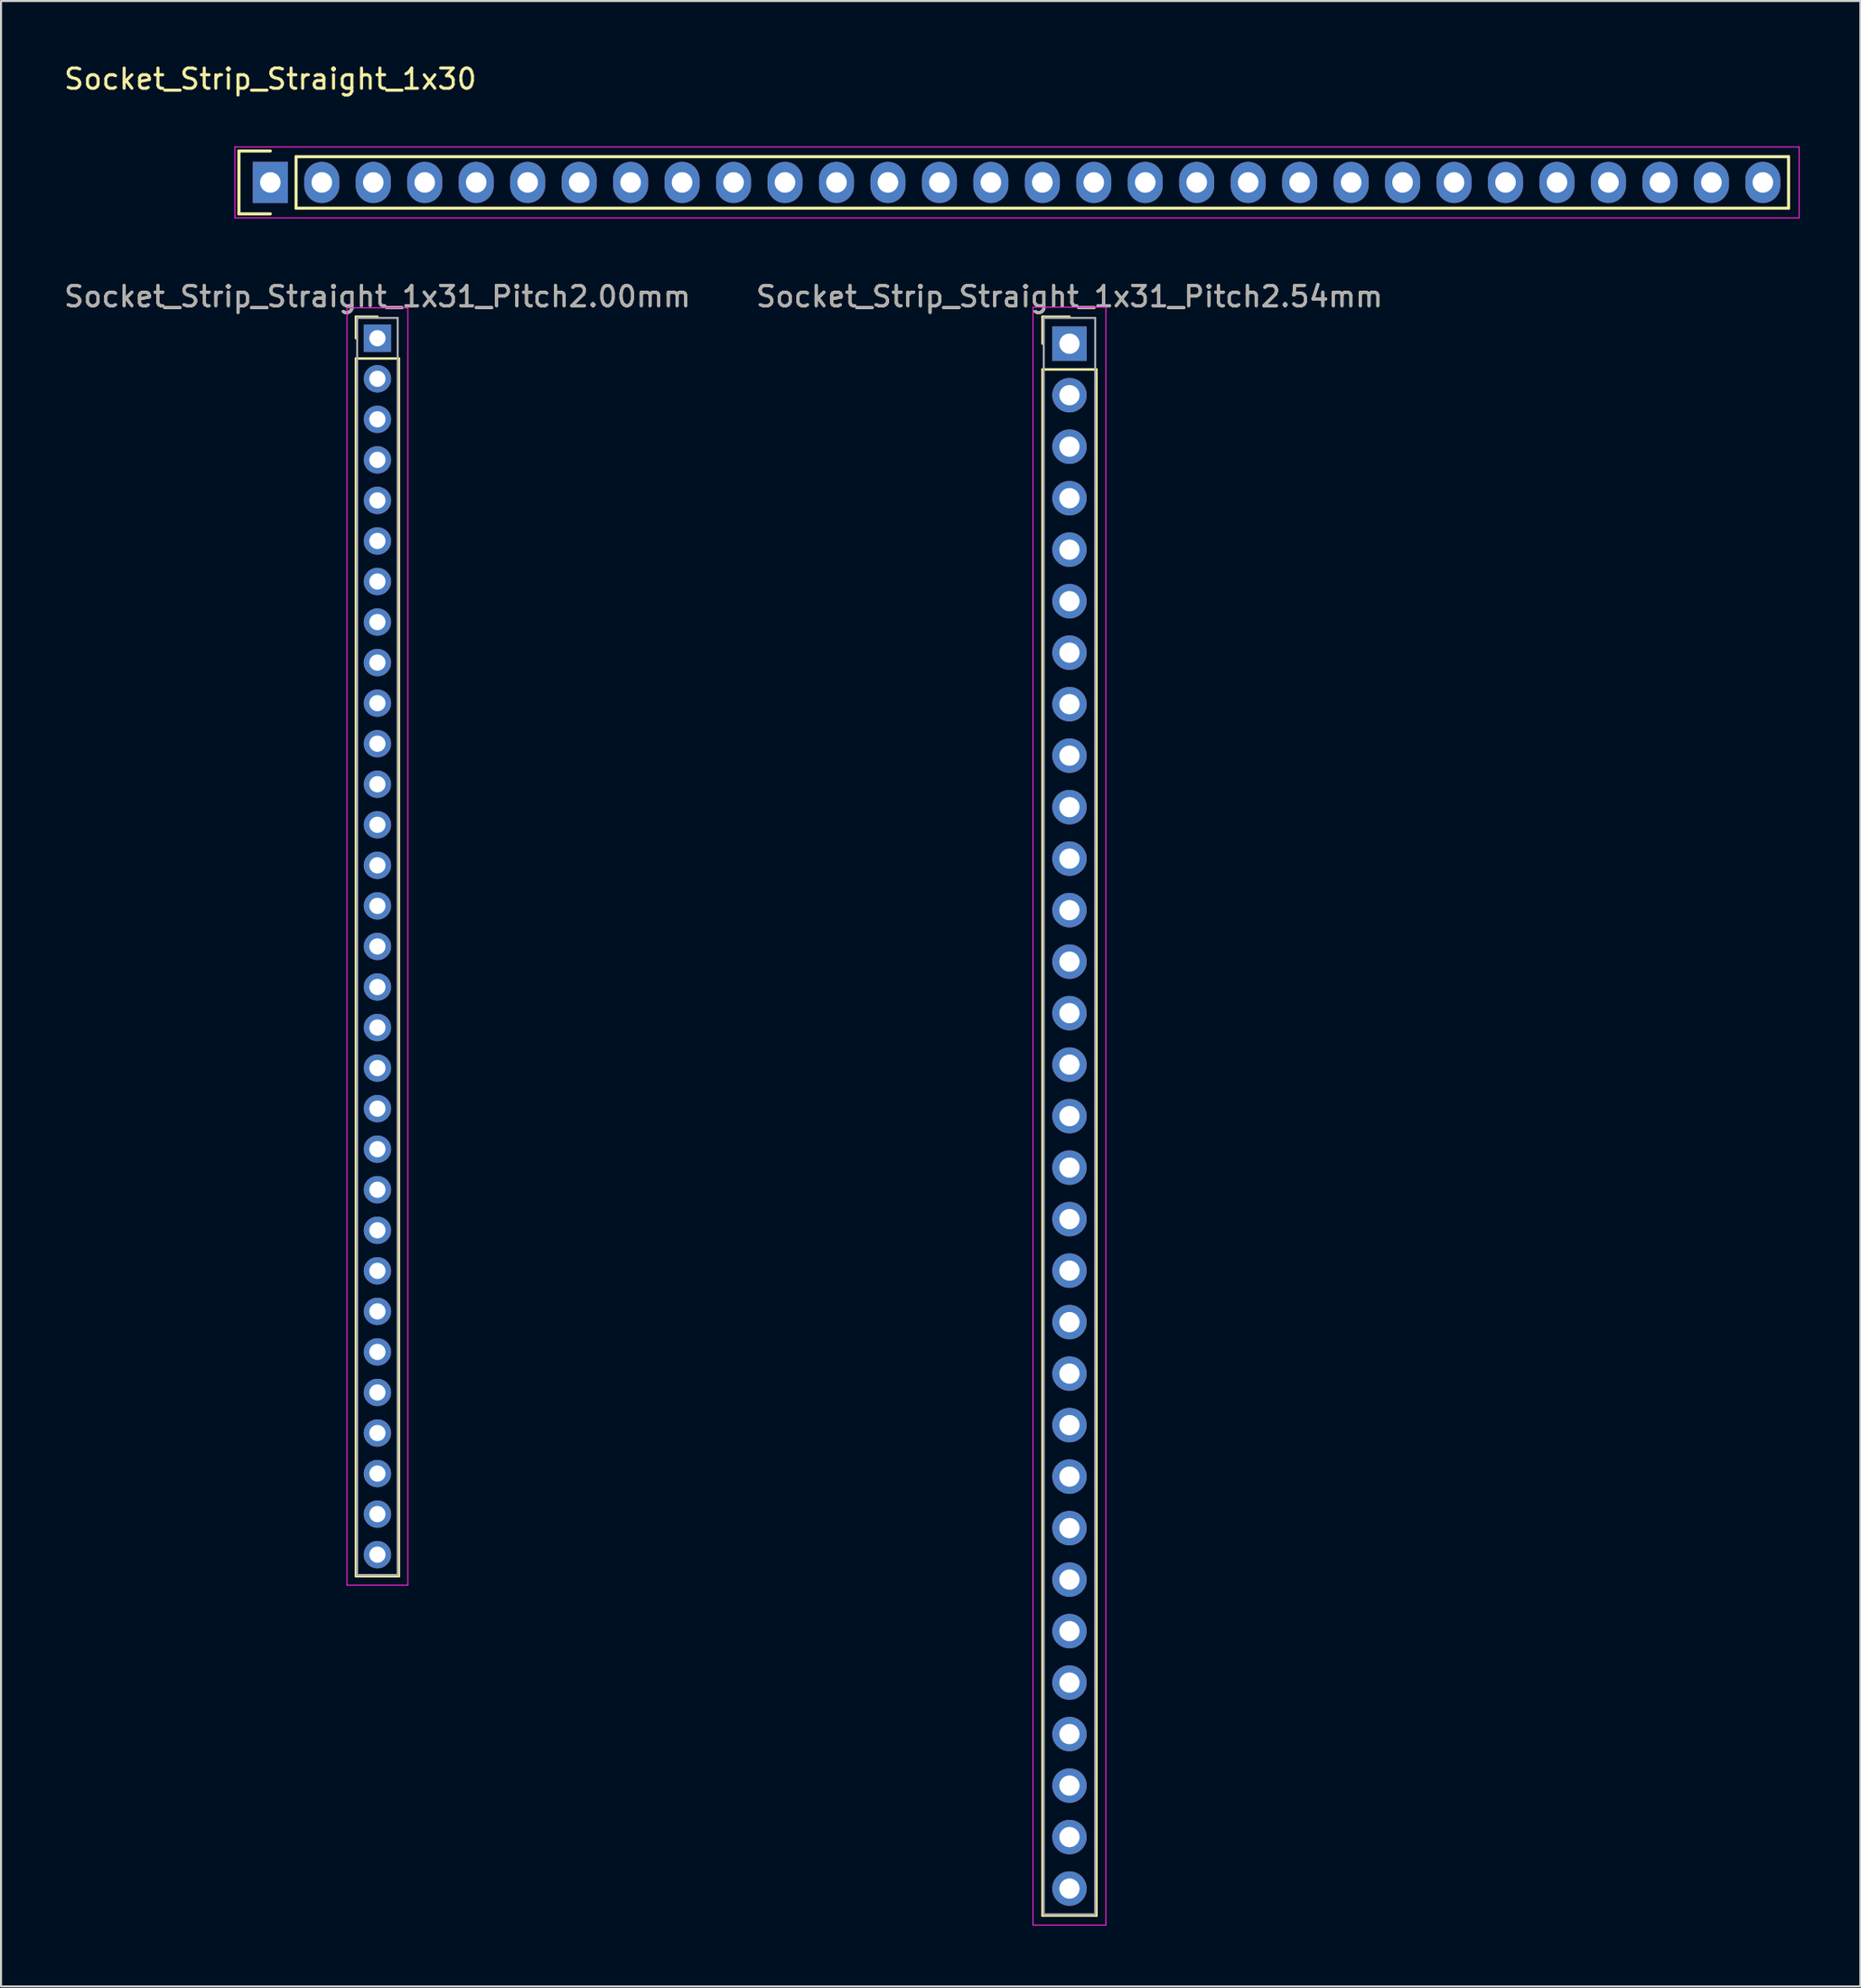
<source format=kicad_pcb>
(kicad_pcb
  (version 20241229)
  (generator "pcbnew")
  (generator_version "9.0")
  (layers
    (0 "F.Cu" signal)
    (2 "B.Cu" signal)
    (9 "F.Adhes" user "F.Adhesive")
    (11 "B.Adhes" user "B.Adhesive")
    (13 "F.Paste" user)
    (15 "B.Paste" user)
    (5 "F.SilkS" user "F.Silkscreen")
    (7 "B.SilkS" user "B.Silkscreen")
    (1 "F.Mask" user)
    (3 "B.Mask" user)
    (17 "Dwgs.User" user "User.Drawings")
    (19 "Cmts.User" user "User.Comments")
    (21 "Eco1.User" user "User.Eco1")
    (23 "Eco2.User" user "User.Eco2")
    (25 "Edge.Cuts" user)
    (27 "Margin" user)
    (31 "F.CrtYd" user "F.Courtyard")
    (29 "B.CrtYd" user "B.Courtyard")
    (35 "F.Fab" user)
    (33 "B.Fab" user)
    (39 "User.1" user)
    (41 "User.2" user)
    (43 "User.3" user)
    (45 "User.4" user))
  (footprint "Socket_Strip_Straight_1x30"
    (layer "F.Cu")
    (at 10.292 5.948)
    (property "Reference" "Socket_Strip_Straight_1x30" (at 0 -5.1 0) (layer "F.SilkS") (effects (font (size 1 1) (thickness 0.15))))
    (attr through_hole)
    (fp_line (start -1.55 -1.55) (end -1.55 1.55) (stroke (width 0.15) (type solid)) (layer "F.SilkS"))
    (fp_line (start -1.55 1.55) (end 0 1.55) (stroke (width 0.15) (type solid)) (layer "F.SilkS"))
    (fp_line (start 0 -1.55) (end -1.55 -1.55) (stroke (width 0.15) (type solid)) (layer "F.SilkS"))
    (fp_line (start 1.27 -1.27) (end 74.93 -1.27) (stroke (width 0.15) (type solid)) (layer "F.SilkS"))
    (fp_line (start 1.27 1.27) (end 1.27 -1.27) (stroke (width 0.15) (type solid)) (layer "F.SilkS"))
    (fp_line (start 74.93 -1.27) (end 74.93 1.27) (stroke (width 0.15) (type solid)) (layer "F.SilkS"))
    (fp_line (start 74.93 1.27) (end 1.27 1.27) (stroke (width 0.15) (type solid)) (layer "F.SilkS"))
    (fp_line (start -1.75 -1.75) (end -1.75 1.75) (stroke (width 0.05) (type solid)) (layer "F.CrtYd"))
    (fp_line (start -1.75 -1.75) (end 75.45 -1.75) (stroke (width 0.05) (type solid)) (layer "F.CrtYd"))
    (fp_line (start -1.75 1.75) (end 75.45 1.75) (stroke (width 0.05) (type solid)) (layer "F.CrtYd"))
    (fp_line (start 75.45 -1.75) (end 75.45 1.75) (stroke (width 0.05) (type solid)) (layer "F.CrtYd"))
    (pad "1" thru_hole rect (at 0 0) (size 1.727 2.032) (drill 1.016) (layers "*.Cu" "*.Mask"))
    (pad "2" thru_hole oval (at 2.54 0) (size 1.727 2.032) (drill 1.016) (layers "*.Cu" "*.Mask"))
    (pad "3" thru_hole oval (at 5.08 0) (size 1.727 2.032) (drill 1.016) (layers "*.Cu" "*.Mask"))
    (pad "4" thru_hole oval (at 7.62 0) (size 1.727 2.032) (drill 1.016) (layers "*.Cu" "*.Mask"))
    (pad "5" thru_hole oval (at 10.16 0) (size 1.727 2.032) (drill 1.016) (layers "*.Cu" "*.Mask"))
    (pad "6" thru_hole oval (at 12.7 0) (size 1.727 2.032) (drill 1.016) (layers "*.Cu" "*.Mask"))
    (pad "7" thru_hole oval (at 15.24 0) (size 1.727 2.032) (drill 1.016) (layers "*.Cu" "*.Mask"))
    (pad "8" thru_hole oval (at 17.78 0) (size 1.727 2.032) (drill 1.016) (layers "*.Cu" "*.Mask"))
    (pad "9" thru_hole oval (at 20.32 0) (size 1.727 2.032) (drill 1.016) (layers "*.Cu" "*.Mask"))
    (pad "10" thru_hole oval (at 22.86 0) (size 1.727 2.032) (drill 1.016) (layers "*.Cu" "*.Mask"))
    (pad "11" thru_hole oval (at 25.4 0) (size 1.727 2.032) (drill 1.016) (layers "*.Cu" "*.Mask"))
    (pad "12" thru_hole oval (at 27.94 0) (size 1.727 2.032) (drill 1.016) (layers "*.Cu" "*.Mask"))
    (pad "13" thru_hole oval (at 30.48 0) (size 1.727 2.032) (drill 1.016) (layers "*.Cu" "*.Mask"))
    (pad "14" thru_hole oval (at 33.02 0) (size 1.727 2.032) (drill 1.016) (layers "*.Cu" "*.Mask"))
    (pad "15" thru_hole oval (at 35.56 0) (size 1.727 2.032) (drill 1.016) (layers "*.Cu" "*.Mask"))
    (pad "16" thru_hole oval (at 38.1 0) (size 1.727 2.032) (drill 1.016) (layers "*.Cu" "*.Mask"))
    (pad "17" thru_hole oval (at 40.64 0) (size 1.727 2.032) (drill 1.016) (layers "*.Cu" "*.Mask"))
    (pad "18" thru_hole oval (at 43.18 0) (size 1.727 2.032) (drill 1.016) (layers "*.Cu" "*.Mask"))
    (pad "19" thru_hole oval (at 45.72 0) (size 1.727 2.032) (drill 1.016) (layers "*.Cu" "*.Mask"))
    (pad "20" thru_hole oval (at 48.26 0) (size 1.727 2.032) (drill 1.016) (layers "*.Cu" "*.Mask"))
    (pad "21" thru_hole oval (at 50.8 0) (size 1.727 2.032) (drill 1.016) (layers "*.Cu" "*.Mask"))
    (pad "22" thru_hole oval (at 53.34 0) (size 1.727 2.032) (drill 1.016) (layers "*.Cu" "*.Mask"))
    (pad "23" thru_hole oval (at 55.88 0) (size 1.727 2.032) (drill 1.016) (layers "*.Cu" "*.Mask"))
    (pad "24" thru_hole oval (at 58.42 0) (size 1.727 2.032) (drill 1.016) (layers "*.Cu" "*.Mask"))
    (pad "25" thru_hole oval (at 60.96 0) (size 1.727 2.032) (drill 1.016) (layers "*.Cu" "*.Mask"))
    (pad "26" thru_hole oval (at 63.5 0) (size 1.727 2.032) (drill 1.016) (layers "*.Cu" "*.Mask"))
    (pad "27" thru_hole oval (at 66.04 0) (size 1.727 2.032) (drill 1.016) (layers "*.Cu" "*.Mask"))
    (pad "28" thru_hole oval (at 68.58 0) (size 1.727 2.032) (drill 1.016) (layers "*.Cu" "*.Mask"))
    (pad "29" thru_hole oval (at 71.12 0) (size 1.727 2.032) (drill 1.016) (layers "*.Cu" "*.Mask"))
    (pad "30" thru_hole oval (at 73.66 0) (size 1.727 2.032) (drill 1.016) (layers "*.Cu" "*.Mask")))
  (footprint "Socket_Strip_Straight_1x31_Pitch2.00mm"
    (layer "F.Cu")
    (at 15.577 13.632)
    (property "Reference" "Socket_Strip_Straight_1x31_Pitch2.00mm" (at 0 -2.06 0) (layer "F.SilkS") (effects (font (size 1 1) (thickness 0.15))))
    (attr through_hole)
    (fp_line (start -1.06 -1.06) (end 0 -1.06) (stroke (width 0.12) (type solid)) (layer "F.SilkS"))
    (fp_line (start -1.06 0) (end -1.06 -1.06) (stroke (width 0.12) (type solid)) (layer "F.SilkS"))
    (fp_line (start -1.06 1) (end -1.06 61.06) (stroke (width 0.12) (type solid)) (layer "F.SilkS"))
    (fp_line (start -1.06 61.06) (end 1.06 61.06) (stroke (width 0.12) (type solid)) (layer "F.SilkS"))
    (fp_line (start 1.06 1) (end -1.06 1) (stroke (width 0.12) (type solid)) (layer "F.SilkS"))
    (fp_line (start 1.06 61.06) (end 1.06 1) (stroke (width 0.12) (type solid)) (layer "F.SilkS"))
    (fp_line (start -1.5 -1.5) (end -1.5 61.5) (stroke (width 0.05) (type solid)) (layer "F.CrtYd"))
    (fp_line (start -1.5 61.5) (end 1.5 61.5) (stroke (width 0.05) (type solid)) (layer "F.CrtYd"))
    (fp_line (start 1.5 -1.5) (end -1.5 -1.5) (stroke (width 0.05) (type solid)) (layer "F.CrtYd"))
    (fp_line (start 1.5 61.5) (end 1.5 -1.5) (stroke (width 0.05) (type solid)) (layer "F.CrtYd"))
    (fp_line (start -1 -1) (end -1 61) (stroke (width 0.1) (type solid)) (layer "F.Fab"))
    (fp_line (start -1 61) (end 1 61) (stroke (width 0.1) (type solid)) (layer "F.Fab"))
    (fp_line (start 1 -1) (end -1 -1) (stroke (width 0.1) (type solid)) (layer "F.Fab"))
    (fp_line (start 1 61) (end 1 -1) (stroke (width 0.1) (type solid)) (layer "F.Fab"))
    (fp_text user "${REFERENCE}" (at 0 -2.06 0) (layer "F.Fab") (effects (font (size 1 1) (thickness 0.15))))
    (pad "1" thru_hole rect (at 0 0) (size 1.35 1.35) (drill 0.8) (layers "*.Cu" "*.Mask"))
    (pad "2" thru_hole oval (at 0 2) (size 1.35 1.35) (drill 0.8) (layers "*.Cu" "*.Mask"))
    (pad "3" thru_hole oval (at 0 4) (size 1.35 1.35) (drill 0.8) (layers "*.Cu" "*.Mask"))
    (pad "4" thru_hole oval (at 0 6) (size 1.35 1.35) (drill 0.8) (layers "*.Cu" "*.Mask"))
    (pad "5" thru_hole oval (at 0 8) (size 1.35 1.35) (drill 0.8) (layers "*.Cu" "*.Mask"))
    (pad "6" thru_hole oval (at 0 10) (size 1.35 1.35) (drill 0.8) (layers "*.Cu" "*.Mask"))
    (pad "7" thru_hole oval (at 0 12) (size 1.35 1.35) (drill 0.8) (layers "*.Cu" "*.Mask"))
    (pad "8" thru_hole oval (at 0 14) (size 1.35 1.35) (drill 0.8) (layers "*.Cu" "*.Mask"))
    (pad "9" thru_hole oval (at 0 16) (size 1.35 1.35) (drill 0.8) (layers "*.Cu" "*.Mask"))
    (pad "10" thru_hole oval (at 0 18) (size 1.35 1.35) (drill 0.8) (layers "*.Cu" "*.Mask"))
    (pad "11" thru_hole oval (at 0 20) (size 1.35 1.35) (drill 0.8) (layers "*.Cu" "*.Mask"))
    (pad "12" thru_hole oval (at 0 22) (size 1.35 1.35) (drill 0.8) (layers "*.Cu" "*.Mask"))
    (pad "13" thru_hole oval (at 0 24) (size 1.35 1.35) (drill 0.8) (layers "*.Cu" "*.Mask"))
    (pad "14" thru_hole oval (at 0 26) (size 1.35 1.35) (drill 0.8) (layers "*.Cu" "*.Mask"))
    (pad "15" thru_hole oval (at 0 28) (size 1.35 1.35) (drill 0.8) (layers "*.Cu" "*.Mask"))
    (pad "16" thru_hole oval (at 0 30) (size 1.35 1.35) (drill 0.8) (layers "*.Cu" "*.Mask"))
    (pad "17" thru_hole oval (at 0 32) (size 1.35 1.35) (drill 0.8) (layers "*.Cu" "*.Mask"))
    (pad "18" thru_hole oval (at 0 34) (size 1.35 1.35) (drill 0.8) (layers "*.Cu" "*.Mask"))
    (pad "19" thru_hole oval (at 0 36) (size 1.35 1.35) (drill 0.8) (layers "*.Cu" "*.Mask"))
    (pad "20" thru_hole oval (at 0 38) (size 1.35 1.35) (drill 0.8) (layers "*.Cu" "*.Mask"))
    (pad "21" thru_hole oval (at 0 40) (size 1.35 1.35) (drill 0.8) (layers "*.Cu" "*.Mask"))
    (pad "22" thru_hole oval (at 0 42) (size 1.35 1.35) (drill 0.8) (layers "*.Cu" "*.Mask"))
    (pad "23" thru_hole oval (at 0 44) (size 1.35 1.35) (drill 0.8) (layers "*.Cu" "*.Mask"))
    (pad "24" thru_hole oval (at 0 46) (size 1.35 1.35) (drill 0.8) (layers "*.Cu" "*.Mask"))
    (pad "25" thru_hole oval (at 0 48) (size 1.35 1.35) (drill 0.8) (layers "*.Cu" "*.Mask"))
    (pad "26" thru_hole oval (at 0 50) (size 1.35 1.35) (drill 0.8) (layers "*.Cu" "*.Mask"))
    (pad "27" thru_hole oval (at 0 52) (size 1.35 1.35) (drill 0.8) (layers "*.Cu" "*.Mask"))
    (pad "28" thru_hole oval (at 0 54) (size 1.35 1.35) (drill 0.8) (layers "*.Cu" "*.Mask"))
    (pad "29" thru_hole oval (at 0 56) (size 1.35 1.35) (drill 0.8) (layers "*.Cu" "*.Mask"))
    (pad "30" thru_hole oval (at 0 58) (size 1.35 1.35) (drill 0.8) (layers "*.Cu" "*.Mask"))
    (pad "31" thru_hole oval (at 0 60) (size 1.35 1.35) (drill 0.8) (layers "*.Cu" "*.Mask")))
  (footprint "Socket_Strip_Straight_1x31_Pitch2.54mm"
    (layer "F.Cu")
    (at 49.732 13.902)
    (property "Reference" "Socket_Strip_Straight_1x31_Pitch2.54mm" (at 0 -2.33 0) (layer "F.SilkS") (effects (font (size 1 1) (thickness 0.15))))
    (attr through_hole)
    (fp_line (start -1.33 -1.33) (end 0 -1.33) (stroke (width 0.12) (type solid)) (layer "F.SilkS"))
    (fp_line (start -1.33 0) (end -1.33 -1.33) (stroke (width 0.12) (type solid)) (layer "F.SilkS"))
    (fp_line (start -1.33 1.27) (end -1.33 77.53) (stroke (width 0.12) (type solid)) (layer "F.SilkS"))
    (fp_line (start -1.33 77.53) (end 1.33 77.53) (stroke (width 0.12) (type solid)) (layer "F.SilkS"))
    (fp_line (start 1.33 1.27) (end -1.33 1.27) (stroke (width 0.12) (type solid)) (layer "F.SilkS"))
    (fp_line (start 1.33 77.53) (end 1.33 1.27) (stroke (width 0.12) (type solid)) (layer "F.SilkS"))
    (fp_line (start -1.8 -1.8) (end -1.8 78) (stroke (width 0.05) (type solid)) (layer "F.CrtYd"))
    (fp_line (start -1.8 78) (end 1.8 78) (stroke (width 0.05) (type solid)) (layer "F.CrtYd"))
    (fp_line (start 1.8 -1.8) (end -1.8 -1.8) (stroke (width 0.05) (type solid)) (layer "F.CrtYd"))
    (fp_line (start 1.8 78) (end 1.8 -1.8) (stroke (width 0.05) (type solid)) (layer "F.CrtYd"))
    (fp_line (start -1.27 -1.27) (end -1.27 77.47) (stroke (width 0.1) (type solid)) (layer "F.Fab"))
    (fp_line (start -1.27 77.47) (end 1.27 77.47) (stroke (width 0.1) (type solid)) (layer "F.Fab"))
    (fp_line (start 1.27 -1.27) (end -1.27 -1.27) (stroke (width 0.1) (type solid)) (layer "F.Fab"))
    (fp_line (start 1.27 77.47) (end 1.27 -1.27) (stroke (width 0.1) (type solid)) (layer "F.Fab"))
    (fp_text user "${REFERENCE}" (at 0 -2.33 0) (layer "F.Fab") (effects (font (size 1 1) (thickness 0.15))))
    (pad "1" thru_hole rect (at 0 0) (size 1.7 1.7) (drill 1) (layers "*.Cu" "*.Mask"))
    (pad "2" thru_hole oval (at 0 2.54) (size 1.7 1.7) (drill 1) (layers "*.Cu" "*.Mask"))
    (pad "3" thru_hole oval (at 0 5.08) (size 1.7 1.7) (drill 1) (layers "*.Cu" "*.Mask"))
    (pad "4" thru_hole oval (at 0 7.62) (size 1.7 1.7) (drill 1) (layers "*.Cu" "*.Mask"))
    (pad "5" thru_hole oval (at 0 10.16) (size 1.7 1.7) (drill 1) (layers "*.Cu" "*.Mask"))
    (pad "6" thru_hole oval (at 0 12.7) (size 1.7 1.7) (drill 1) (layers "*.Cu" "*.Mask"))
    (pad "7" thru_hole oval (at 0 15.24) (size 1.7 1.7) (drill 1) (layers "*.Cu" "*.Mask"))
    (pad "8" thru_hole oval (at 0 17.78) (size 1.7 1.7) (drill 1) (layers "*.Cu" "*.Mask"))
    (pad "9" thru_hole oval (at 0 20.32) (size 1.7 1.7) (drill 1) (layers "*.Cu" "*.Mask"))
    (pad "10" thru_hole oval (at 0 22.86) (size 1.7 1.7) (drill 1) (layers "*.Cu" "*.Mask"))
    (pad "11" thru_hole oval (at 0 25.4) (size 1.7 1.7) (drill 1) (layers "*.Cu" "*.Mask"))
    (pad "12" thru_hole oval (at 0 27.94) (size 1.7 1.7) (drill 1) (layers "*.Cu" "*.Mask"))
    (pad "13" thru_hole oval (at 0 30.48) (size 1.7 1.7) (drill 1) (layers "*.Cu" "*.Mask"))
    (pad "14" thru_hole oval (at 0 33.02) (size 1.7 1.7) (drill 1) (layers "*.Cu" "*.Mask"))
    (pad "15" thru_hole oval (at 0 35.56) (size 1.7 1.7) (drill 1) (layers "*.Cu" "*.Mask"))
    (pad "16" thru_hole oval (at 0 38.1) (size 1.7 1.7) (drill 1) (layers "*.Cu" "*.Mask"))
    (pad "17" thru_hole oval (at 0 40.64) (size 1.7 1.7) (drill 1) (layers "*.Cu" "*.Mask"))
    (pad "18" thru_hole oval (at 0 43.18) (size 1.7 1.7) (drill 1) (layers "*.Cu" "*.Mask"))
    (pad "19" thru_hole oval (at 0 45.72) (size 1.7 1.7) (drill 1) (layers "*.Cu" "*.Mask"))
    (pad "20" thru_hole oval (at 0 48.26) (size 1.7 1.7) (drill 1) (layers "*.Cu" "*.Mask"))
    (pad "21" thru_hole oval (at 0 50.8) (size 1.7 1.7) (drill 1) (layers "*.Cu" "*.Mask"))
    (pad "22" thru_hole oval (at 0 53.34) (size 1.7 1.7) (drill 1) (layers "*.Cu" "*.Mask"))
    (pad "23" thru_hole oval (at 0 55.88) (size 1.7 1.7) (drill 1) (layers "*.Cu" "*.Mask"))
    (pad "24" thru_hole oval (at 0 58.42) (size 1.7 1.7) (drill 1) (layers "*.Cu" "*.Mask"))
    (pad "25" thru_hole oval (at 0 60.96) (size 1.7 1.7) (drill 1) (layers "*.Cu" "*.Mask"))
    (pad "26" thru_hole oval (at 0 63.5) (size 1.7 1.7) (drill 1) (layers "*.Cu" "*.Mask"))
    (pad "27" thru_hole oval (at 0 66.04) (size 1.7 1.7) (drill 1) (layers "*.Cu" "*.Mask"))
    (pad "28" thru_hole oval (at 0 68.58) (size 1.7 1.7) (drill 1) (layers "*.Cu" "*.Mask"))
    (pad "29" thru_hole oval (at 0 71.12) (size 1.7 1.7) (drill 1) (layers "*.Cu" "*.Mask"))
    (pad "30" thru_hole oval (at 0 73.66) (size 1.7 1.7) (drill 1) (layers "*.Cu" "*.Mask"))
    (pad "31" thru_hole oval (at 0 76.2) (size 1.7 1.7) (drill 1) (layers "*.Cu" "*.Mask")))
  (gr_rect
    (start -3 -3)
    (end 88.767 94.927)
    (stroke (width 0.1) (type default))
    (fill no)
    (layer "Edge.Cuts")))
</source>
